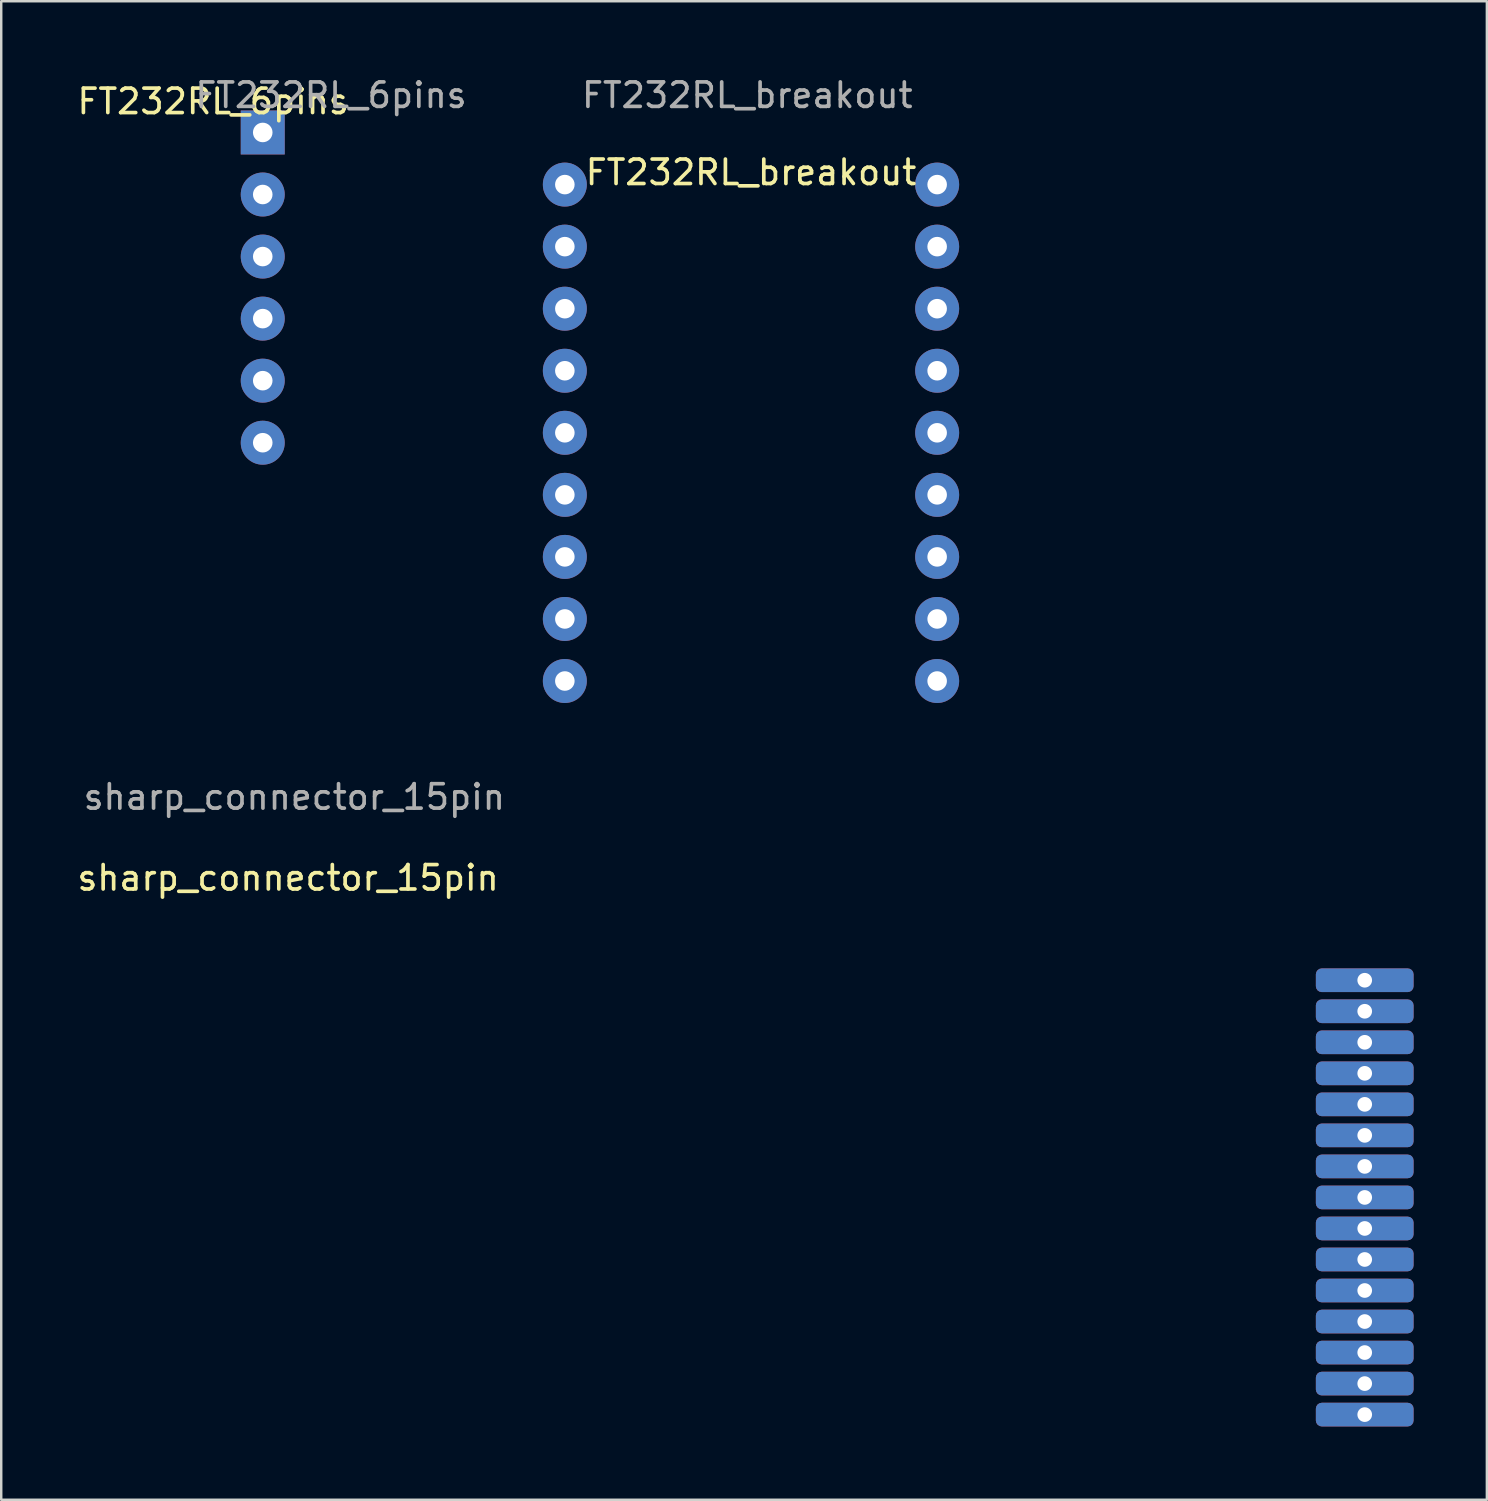
<source format=kicad_pcb>
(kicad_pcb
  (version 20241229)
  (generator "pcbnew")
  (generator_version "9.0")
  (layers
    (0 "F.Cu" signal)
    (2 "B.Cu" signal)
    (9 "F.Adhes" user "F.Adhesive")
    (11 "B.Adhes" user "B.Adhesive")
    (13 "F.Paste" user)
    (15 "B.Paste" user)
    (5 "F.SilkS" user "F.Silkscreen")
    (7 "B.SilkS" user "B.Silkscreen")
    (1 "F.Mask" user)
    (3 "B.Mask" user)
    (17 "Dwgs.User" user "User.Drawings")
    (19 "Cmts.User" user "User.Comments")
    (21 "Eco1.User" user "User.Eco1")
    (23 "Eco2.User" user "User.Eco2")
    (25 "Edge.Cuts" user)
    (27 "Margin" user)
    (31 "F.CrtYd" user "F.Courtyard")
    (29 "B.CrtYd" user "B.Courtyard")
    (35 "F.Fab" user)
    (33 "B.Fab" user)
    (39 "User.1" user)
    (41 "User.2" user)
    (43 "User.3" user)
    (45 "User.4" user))
  (footprint "sharp_connector_15pin"
    (layer "F.Cu")
    (at 52.813 45.965)
    (property "Reference" "sharp_connector_15pin" (at -44.069 -13.081 0) (unlocked yes) (layer "F.SilkS") (effects (font (size 1 1) (thickness 0.15))))
    (attr through_hole)
    (fp_text user "${REFERENCE}" (at -43.815 -16.391 0) (unlocked yes) (layer "F.Fab") (effects (font (size 1 1) (thickness 0.15))))
    (pad "1" thru_hole roundrect (at 0 -8.89) (size 4 0.97) (drill 0.6) (layers "*.Cu" "*.Mask") (roundrect_rratio 0.25))
    (pad "2" thru_hole roundrect (at 0 -7.62) (size 4 0.97) (drill 0.6) (layers "*.Cu" "*.Mask") (roundrect_rratio 0.25))
    (pad "3" thru_hole roundrect (at 0 -6.35) (size 4 0.97) (drill 0.6) (layers "*.Cu" "*.Mask") (roundrect_rratio 0.25))
    (pad "4" thru_hole roundrect (at 0 -5.08) (size 4 0.97) (drill 0.6) (layers "*.Cu" "*.Mask") (roundrect_rratio 0.25))
    (pad "5" thru_hole roundrect (at 0 -3.81) (size 4 0.97) (drill 0.6) (layers "*.Cu" "*.Mask") (roundrect_rratio 0.25))
    (pad "6" thru_hole roundrect (at 0 -2.54) (size 4 0.97) (drill 0.6) (layers "*.Cu" "*.Mask") (roundrect_rratio 0.25))
    (pad "7" thru_hole roundrect (at 0 -1.27) (size 4 0.97) (drill 0.6) (layers "*.Cu" "*.Mask") (roundrect_rratio 0.25))
    (pad "8" thru_hole roundrect (at 0 0) (size 4 0.97) (drill 0.6) (layers "*.Cu" "*.Mask") (roundrect_rratio 0.25))
    (pad "9" thru_hole roundrect (at 0 1.27) (size 4 0.97) (drill 0.6) (layers "*.Cu" "*.Mask") (roundrect_rratio 0.25))
    (pad "10" thru_hole roundrect (at 0 2.54) (size 4 0.97) (drill 0.6) (layers "*.Cu" "*.Mask") (roundrect_rratio 0.25))
    (pad "11" thru_hole roundrect (at 0 3.81) (size 4 0.97) (drill 0.6) (layers "*.Cu" "*.Mask") (roundrect_rratio 0.25))
    (pad "12" thru_hole roundrect (at 0 5.08) (size 4 0.97) (drill 0.6) (layers "*.Cu" "*.Mask") (roundrect_rratio 0.25))
    (pad "13" thru_hole roundrect (at 0 6.35) (size 4 0.97) (drill 0.6) (layers "*.Cu" "*.Mask") (roundrect_rratio 0.25))
    (pad "14" thru_hole roundrect (at 0 7.62) (size 4 0.97) (drill 0.6) (layers "*.Cu" "*.Mask") (roundrect_rratio 0.25))
    (pad "15" thru_hole roundrect (at 0 8.89) (size 4 0.97) (drill 0.6) (layers "*.Cu" "*.Mask") (roundrect_rratio 0.25)))
  (footprint "FT232RL_6pins"
    (layer "F.Cu")
    (at 7.705 2.372)
    (property "Reference" "FT232RL_6pins" (at -2.032 -1.27 0) (unlocked yes) (layer "F.SilkS") (effects (font (size 1 1) (thickness 0.15))))
    (attr through_hole)
    (fp_text user "${REFERENCE}" (at 2.794 -1.524 0) (unlocked yes) (layer "F.Fab") (effects (font (size 1 1) (thickness 0.15))))
    (pad "1" thru_hole rect (at 0 0) (size 1.8 1.8) (drill 0.8) (layers "*.Cu" "*.Mask"))
    (pad "2" thru_hole circle (at 0 2.54) (size 1.8 1.8) (drill 0.8) (layers "*.Cu" "*.Mask"))
    (pad "3" thru_hole circle (at 0 5.08) (size 1.8 1.8) (drill 0.8) (layers "*.Cu" "*.Mask"))
    (pad "4" thru_hole circle (at 0 7.62) (size 1.8 1.8) (drill 0.8) (layers "*.Cu" "*.Mask"))
    (pad "5" thru_hole circle (at 0 10.16) (size 1.8 1.8) (drill 0.8) (layers "*.Cu" "*.Mask"))
    (pad "6" thru_hole circle (at 0 12.7) (size 1.8 1.8) (drill 0.8) (layers "*.Cu" "*.Mask")))
  (footprint "FT232RL_breakout"
    (layer "F.Cu")
    (at 27.691 4.506)
    (property "Reference" "FT232RL_breakout" (at 0 -0.5 0) (unlocked yes) (layer "F.SilkS") (effects (font (size 1 1) (thickness 0.15))))
    (attr through_hole)
    (fp_text user "${REFERENCE}" (at -0.152 -3.658 0) (unlocked yes) (layer "F.Fab") (effects (font (size 1 1) (thickness 0.15))))
    (pad "1" thru_hole circle (at -7.62 0) (size 1.8 1.8) (drill 0.8) (layers "*.Cu" "*.Mask"))
    (pad "2" thru_hole circle (at -7.62 2.54) (size 1.8 1.8) (drill 0.8) (layers "*.Cu" "*.Mask"))
    (pad "3" thru_hole circle (at -7.62 5.08) (size 1.8 1.8) (drill 0.8) (layers "*.Cu" "*.Mask"))
    (pad "4" thru_hole circle (at -7.62 7.62) (size 1.8 1.8) (drill 0.8) (layers "*.Cu" "*.Mask"))
    (pad "5" thru_hole circle (at -7.62 10.16) (size 1.8 1.8) (drill 0.8) (layers "*.Cu" "*.Mask"))
    (pad "6" thru_hole circle (at -7.62 12.7) (size 1.8 1.8) (drill 0.8) (layers "*.Cu" "*.Mask"))
    (pad "7" thru_hole circle (at -7.62 15.24) (size 1.8 1.8) (drill 0.8) (layers "*.Cu" "*.Mask"))
    (pad "8" thru_hole circle (at -7.62 17.78) (size 1.8 1.8) (drill 0.8) (layers "*.Cu" "*.Mask"))
    (pad "9" thru_hole circle (at -7.62 20.32) (size 1.8 1.8) (drill 0.8) (layers "*.Cu" "*.Mask"))
    (pad "10" thru_hole circle (at 7.62 20.32) (size 1.8 1.8) (drill 0.8) (layers "*.Cu" "*.Mask"))
    (pad "11" thru_hole circle (at 7.62 17.78) (size 1.8 1.8) (drill 0.8) (layers "*.Cu" "*.Mask"))
    (pad "12" thru_hole circle (at 7.62 15.24) (size 1.8 1.8) (drill 0.8) (layers "*.Cu" "*.Mask"))
    (pad "13" thru_hole circle (at 7.62 12.7) (size 1.8 1.8) (drill 0.8) (layers "*.Cu" "*.Mask"))
    (pad "14" thru_hole circle (at 7.62 10.16) (size 1.8 1.8) (drill 0.8) (layers "*.Cu" "*.Mask"))
    (pad "15" thru_hole circle (at 7.62 7.62) (size 1.8 1.8) (drill 0.8) (layers "*.Cu" "*.Mask"))
    (pad "16" thru_hole circle (at 7.62 5.08) (size 1.8 1.8) (drill 0.8) (layers "*.Cu" "*.Mask"))
    (pad "17" thru_hole circle (at 7.62 2.54) (size 1.8 1.8) (drill 0.8) (layers "*.Cu" "*.Mask"))
    (pad "18" thru_hole circle (at 7.62 0) (size 1.8 1.8) (drill 0.8) (layers "*.Cu" "*.Mask")))
  (gr_rect
    (start -3 -3)
    (end 57.813 58.34)
    (stroke (width 0.1) (type default))
    (fill no)
    (layer "Edge.Cuts")))
</source>
